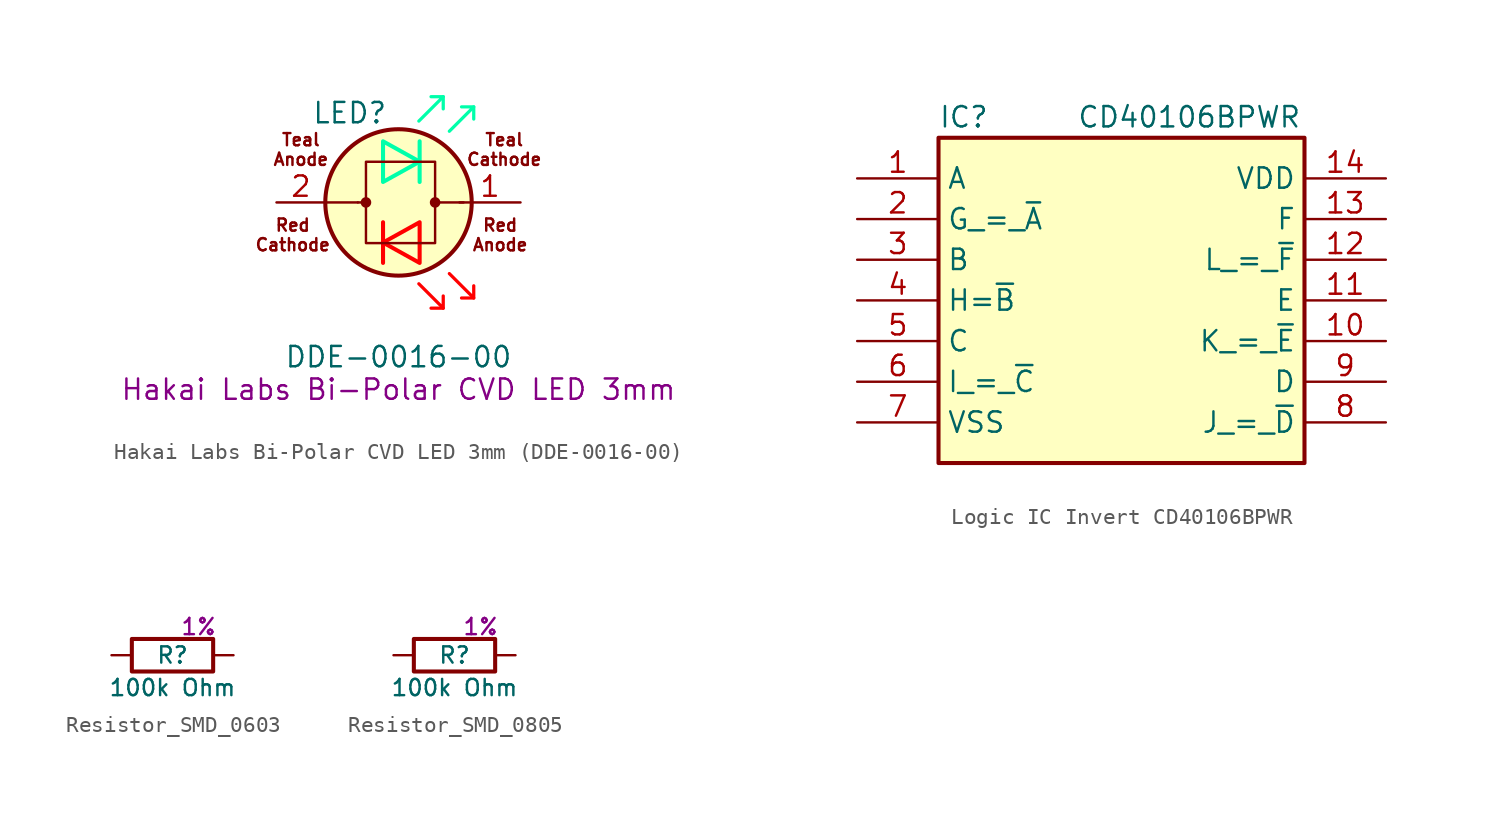
<source format=kicad_sym>
(kicad_symbol_lib
  (version 20231120)
  (generator "kicad_symbol_editor")
  (generator_version "8.0")
  (symbol "Hakai Labs Bi-Polar CVD LED 3mm (DDE-0016-00)"
    (pin_names
      (offset 0) hide)
    (property "Reference" "LED"
      (at -3.048 5.588 0)
      (effects (font (size 1.27 1.27))))
    (property "Value" "DDE-0016-00"
      (at 0 -9.652 0)
      (effects (font (size 1.27 1.27))))
    (property "Description" "Hakai Labs Bi-Polar CVD LED 3mm"
      (at 0 -11.684 0)
      (effects (font (size 1.27 1.27))))
    (symbol "Hakai Labs Bi-Polar CVD LED 3mm (DDE-0016-00)_0_1"
      (circle (center -2.032 0) (radius 0.254) (stroke (width 0) (type default)) (fill (type outline)))
      (polyline (pts (xy -4.572 0) (xy -2.54 0)) (stroke (width 0) (type default)) (fill (type none)))
      (polyline (pts (xy -2.032 0) (xy -2.54 0)) (stroke (width 0) (type default)) (fill (type none)))
      (polyline (pts (xy -0.966 -1.237) (xy -0.966 -3.777)) (stroke (width 0.254) (type default) (color 255 0 0 1)) (fill (type none)))
      (polyline (pts (xy 1.32 3.818) (xy 1.32 1.278)) (stroke (width 0.254) (type default) (color 0 255 170 1)) (fill (type none)))
      (polyline (pts (xy 2.794 -6.604) (xy 2.032 -6.604)) (stroke (width 0.203) (type default) (color 255 0 0 1)) (fill (type none)))
      (polyline (pts (xy 2.794 6.604) (xy 2.794 5.842)) (stroke (width 0.203) (type default) (color 0 255 170 1)) (fill (type none)))
      (polyline (pts (xy 4.064 0) (xy 2.286 0)) (stroke (width 0) (type default)) (fill (type outline)))
      (polyline (pts (xy 4.699 -5.969) (xy 3.937 -5.969)) (stroke (width 0.203) (type default) (color 255 0 0 1)) (fill (type none)))
      (polyline (pts (xy 4.699 5.969) (xy 4.699 5.207)) (stroke (width 0.203) (type default) (color 0 255 170 1)) (fill (type none)))
      (polyline (pts (xy 1.27 -5.08) (xy 2.794 -6.604) (xy 2.794 -5.842)) (stroke (width 0.203) (type default) (color 255 0 0 1)) (fill (type none)))
      (polyline (pts (xy 1.27 5.08) (xy 2.794 6.604) (xy 2.032 6.604)) (stroke (width 0.203) (type default) (color 0 255 170 1)) (fill (type none)))
      (polyline (pts (xy 3.175 -4.445) (xy 4.699 -5.969) (xy 4.699 -5.207)) (stroke (width 0.203) (type default) (color 255 0 0 1)) (fill (type none)))
      (polyline (pts (xy 3.175 4.445) (xy 4.699 5.969) (xy 3.937 5.969)) (stroke (width 0.203) (type default) (color 0 255 170 1)) (fill (type none)))
      (polyline (pts (xy -0.966 3.818) (xy -0.966 1.278) (xy 1.32 2.548) (xy -0.966 3.818)) (stroke (width 0.254) (type default) (color 0 255 170 1)) (fill (type none)))
      (polyline (pts (xy 1.32 -1.237) (xy 1.32 -3.777) (xy -0.966 -2.507) (xy 1.32 -1.237)) (stroke (width 0.254) (type default) (color 255 0 0 1)) (fill (type none)))
      (polyline (pts (xy 2.286 2.54) (xy -2.032 2.54) (xy -2.032 -2.54) (xy 2.286 -2.54) (xy 2.286 2.54)) (stroke (width 0) (type default)) (fill (type none)))
      (circle (center 0 0) (radius 4.572) (stroke (width 0.254) (type default)) (fill (type background)))
      (circle (center 2.286 0) (radius 0.254) (stroke (width 0) (type default)) (fill (type outline))))
    (symbol "Hakai Labs Bi-Polar CVD LED 3mm (DDE-0016-00)_1_1"
      (text "Red\nAnode" (at 6.35 -2.032 0) (effects (font (size 0.762 0.762))))
      (text "Red\nCathode" (at -6.604 -2.032 0) (effects (font (size 0.762 0.762))))
      (text "Teal\nAnode" (at -6.096 3.302 0) (effects (font (size 0.762 0.762))))
      (text "Teal\nCathode" (at 6.604 3.302 0) (effects (font (size 0.762 0.762))))
      (pin input line (at 7.62 0 180) (length 3.81) (name "GA/RC" (effects (font (size 1.27 1.27)))) (number "1" (effects (font (size 1.27 1.27)))))
      (pin input line (at -7.62 0 0) (length 3.048) (name "GC/RA" (effects (font (size 1.27 1.27)))) (number "2" (effects (font (size 1.27 1.27)))))))
  (symbol "Logic IC Invert CD40106BPWR"
    (property "Reference" "IC"
      (at 5.08 4.572 0)
      (effects (font (size 1.27 1.27)) (justify left top)))
    (property "Value" "CD40106BPWR"
      (at 13.716 4.572 0)
      (effects (font (size 1.27 1.27)) (justify left top)))
    (symbol "Logic IC Invert CD40106BPWR_1_1"
      (rectangle (start 5.08 2.54) (end 27.94 -17.78) (stroke (width 0.254) (type default)) (fill (type background)))
      (pin passive line (at 0 0 0) (length 5.08) (name "A" (effects (font (size 1.27 1.27)))) (number "1" (effects (font (size 1.27 1.27)))))
      (pin passive line (at 33.02 -10.16 180) (length 5.08) (name "K_=_~{E}" (effects (font (size 1.27 1.27)))) (number "10" (effects (font (size 1.27 1.27)))))
      (pin passive line (at 33.02 -7.62 180) (length 5.08) (name "E" (effects (font (size 1.27 1.27)))) (number "11" (effects (font (size 1.27 1.27)))))
      (pin passive line (at 33.02 -5.08 180) (length 5.08) (name "L_=_~{F}" (effects (font (size 1.27 1.27)))) (number "12" (effects (font (size 1.27 1.27)))))
      (pin passive line (at 33.02 -2.54 180) (length 5.08) (name "F" (effects (font (size 1.27 1.27)))) (number "13" (effects (font (size 1.27 1.27)))))
      (pin passive line (at 33.02 0 180) (length 5.08) (name "VDD" (effects (font (size 1.27 1.27)))) (number "14" (effects (font (size 1.27 1.27)))))
      (pin passive line (at 0 -2.54 0) (length 5.08) (name "G_=_~{A}" (effects (font (size 1.27 1.27)))) (number "2" (effects (font (size 1.27 1.27)))))
      (pin passive line (at 0 -5.08 0) (length 5.08) (name "B" (effects (font (size 1.27 1.27)))) (number "3" (effects (font (size 1.27 1.27)))))
      (pin passive line (at 0 -7.62 0) (length 5.08) (name "H=~{B}" (effects (font (size 1.27 1.27)))) (number "4" (effects (font (size 1.27 1.27)))))
      (pin passive line (at 0 -10.16 0) (length 5.08) (name "C" (effects (font (size 1.27 1.27)))) (number "5" (effects (font (size 1.27 1.27)))))
      (pin passive line (at 0 -12.7 0) (length 5.08) (name "I_=_~{C}" (effects (font (size 1.27 1.27)))) (number "6" (effects (font (size 1.27 1.27)))))
      (pin passive line (at 0 -15.24 0) (length 5.08) (name "VSS" (effects (font (size 1.27 1.27)))) (number "7" (effects (font (size 1.27 1.27)))))
      (pin passive line (at 33.02 -15.24 180) (length 5.08) (name "J_=_~{D}" (effects (font (size 1.27 1.27)))) (number "8" (effects (font (size 1.27 1.27)))))
      (pin passive line (at 33.02 -12.7 180) (length 5.08) (name "D" (effects (font (size 1.27 1.27)))) (number "9" (effects (font (size 1.27 1.27)))))))
  (symbol "Resistor_SMD_0603"
    (pin_numbers hide)
    (pin_names
      (offset 0))
    (property "Reference" "R"
      (at 0 0 0)
      (effects (font (size 1.016 1.016))))
    (property "Value" "100k Ohm"
      (at 0 -2.032 0)
      (effects (font (size 1.016 1.016))))
    (property "Tolerance" "1%"
      (at 2.794 1.778 0)
      (effects (font (size 1.016 1.016)) (justify right)))
    (symbol "Resistor_SMD_0603_0_1"
      (rectangle (start -2.54 -1.016) (end 2.54 1.016) (stroke (width 0.254) (type default)) (fill (type none))))
    (symbol "Resistor_SMD_0603_1_1"
      (pin passive line (at -3.81 0 0) (length 1.27) (name "~" (effects (font (size 1.27 1.27)))) (number "1" (effects (font (size 1.27 1.27)))))
      (pin passive line (at 3.81 0 180) (length 1.27) (name "~" (effects (font (size 1.27 1.27)))) (number "2" (effects (font (size 1.27 1.27)))))))
  (symbol "Resistor_SMD_0805"
    (pin_numbers hide)
    (pin_names
      (offset 0))
    (property "Reference" "R"
      (at 0 0 0)
      (effects (font (size 1.016 1.016))))
    (property "Value" "100k Ohm"
      (at 0 -2.032 0)
      (effects (font (size 1.016 1.016))))
    (property "Tolerance" "1%"
      (at 2.794 1.778 0)
      (effects (font (size 1.016 1.016)) (justify right)))
    (symbol "Resistor_SMD_0805_0_1"
      (rectangle (start -2.54 -1.016) (end 2.54 1.016) (stroke (width 0.254) (type default)) (fill (type none))))
    (symbol "Resistor_SMD_0805_1_1"
      (pin passive line (at -3.81 0 0) (length 1.27) (name "~" (effects (font (size 1.27 1.27)))) (number "1" (effects (font (size 1.27 1.27)))))
      (pin passive line (at 3.81 0 180) (length 1.27) (name "~" (effects (font (size 1.27 1.27)))) (number "2" (effects (font (size 1.27 1.27))))))))
</source>
